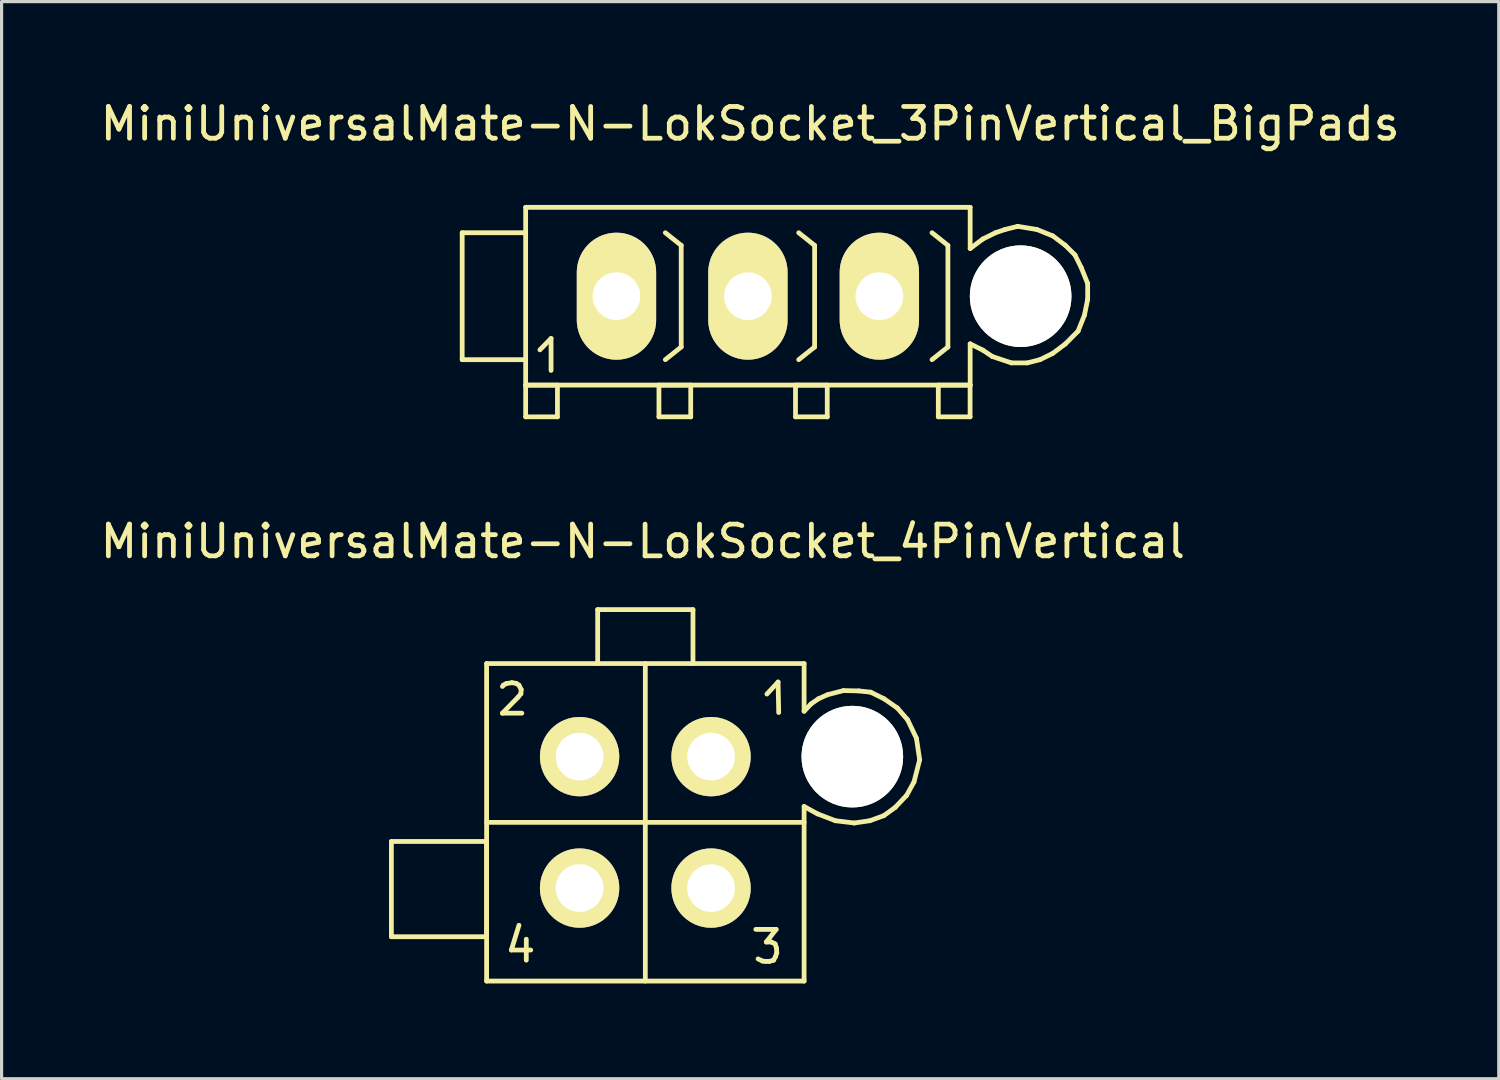
<source format=kicad_pcb>
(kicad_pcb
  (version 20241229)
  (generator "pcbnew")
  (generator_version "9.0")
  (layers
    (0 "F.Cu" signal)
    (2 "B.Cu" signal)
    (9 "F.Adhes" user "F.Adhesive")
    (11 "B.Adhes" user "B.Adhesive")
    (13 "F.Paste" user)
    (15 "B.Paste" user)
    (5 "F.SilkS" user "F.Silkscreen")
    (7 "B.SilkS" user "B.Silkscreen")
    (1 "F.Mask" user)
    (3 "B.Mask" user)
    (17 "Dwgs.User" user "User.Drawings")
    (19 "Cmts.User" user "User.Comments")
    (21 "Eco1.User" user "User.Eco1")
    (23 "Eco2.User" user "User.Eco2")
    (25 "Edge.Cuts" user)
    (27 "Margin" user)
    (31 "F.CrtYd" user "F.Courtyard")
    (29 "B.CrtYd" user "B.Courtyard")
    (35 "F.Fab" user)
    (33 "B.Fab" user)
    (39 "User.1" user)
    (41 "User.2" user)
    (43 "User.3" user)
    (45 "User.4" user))
  (footprint "MiniUniversalMate-N-LokSocket_3PinVertical_BigPads"
    (layer "F.Cu")
    (at 20.506 6.279)
    (property "Reference" "MiniUniversalMate-N-LokSocket_3PinVertical_BigPads" (at 0.071 -5.431 0) (layer "F.SilkS") (effects (font (size 1 1) (thickness 0.15))))
    (attr through_hole)
    (fp_line (start -8.999 -1.999) (end -8.999 1.999) (stroke (width 0.15) (type solid)) (layer "F.SilkS"))
    (fp_line (start -8.999 1.999) (end -7 1.999) (stroke (width 0.15) (type solid)) (layer "F.SilkS"))
    (fp_line (start -7 -2.799) (end -7 2.799) (stroke (width 0.15) (type solid)) (layer "F.SilkS"))
    (fp_line (start -7 -2.799) (end 7 -2.799) (stroke (width 0.15) (type solid)) (layer "F.SilkS"))
    (fp_line (start -7 -1.999) (end -8.999 -1.999) (stroke (width 0.15) (type solid)) (layer "F.SilkS"))
    (fp_line (start -7 2.799) (end 7 2.799) (stroke (width 0.15) (type solid)) (layer "F.SilkS"))
    (fp_line (start -7 2.802) (end -5.999 2.802) (stroke (width 0.15) (type solid)) (layer "F.SilkS"))
    (fp_line (start -7 3.8) (end -7 2.802) (stroke (width 0.15) (type solid)) (layer "F.SilkS"))
    (fp_line (start -6.551 1.689) (end -6.2 1.331) (stroke (width 0.15) (type solid)) (layer "F.SilkS"))
    (fp_line (start -6.2 1.331) (end -6.2 2.339) (stroke (width 0.15) (type solid)) (layer "F.SilkS"))
    (fp_line (start -5.999 2.802) (end -5.999 3.8) (stroke (width 0.15) (type solid)) (layer "F.SilkS"))
    (fp_line (start -5.999 3.8) (end -7 3.8) (stroke (width 0.15) (type solid)) (layer "F.SilkS"))
    (fp_line (start -2.802 2.802) (end -1.801 2.802) (stroke (width 0.15) (type solid)) (layer "F.SilkS"))
    (fp_line (start -2.802 3.8) (end -2.802 2.802) (stroke (width 0.15) (type solid)) (layer "F.SilkS"))
    (fp_line (start -2.101 -1.6) (end -2.601 -1.999) (stroke (width 0.15) (type solid)) (layer "F.SilkS"))
    (fp_line (start -2.101 -1.6) (end -2.101 1.6) (stroke (width 0.15) (type solid)) (layer "F.SilkS"))
    (fp_line (start -2.101 1.6) (end -2.601 1.999) (stroke (width 0.15) (type solid)) (layer "F.SilkS"))
    (fp_line (start -1.801 2.802) (end -1.801 3.8) (stroke (width 0.15) (type solid)) (layer "F.SilkS"))
    (fp_line (start -1.801 3.8) (end -2.802 3.8) (stroke (width 0.15) (type solid)) (layer "F.SilkS"))
    (fp_line (start 1.499 2.802) (end 2.499 2.802) (stroke (width 0.15) (type solid)) (layer "F.SilkS"))
    (fp_line (start 1.499 3.8) (end 1.499 2.802) (stroke (width 0.15) (type solid)) (layer "F.SilkS"))
    (fp_line (start 2.101 -1.6) (end 1.6 -1.999) (stroke (width 0.15) (type solid)) (layer "F.SilkS"))
    (fp_line (start 2.101 -1.6) (end 2.101 1.6) (stroke (width 0.15) (type solid)) (layer "F.SilkS"))
    (fp_line (start 2.101 1.6) (end 1.6 1.999) (stroke (width 0.15) (type solid)) (layer "F.SilkS"))
    (fp_line (start 2.499 2.802) (end 2.499 3.8) (stroke (width 0.15) (type solid)) (layer "F.SilkS"))
    (fp_line (start 2.499 3.8) (end 1.499 3.8) (stroke (width 0.15) (type solid)) (layer "F.SilkS"))
    (fp_line (start 5.997 2.802) (end 6.998 2.802) (stroke (width 0.15) (type solid)) (layer "F.SilkS"))
    (fp_line (start 5.997 3.8) (end 5.997 2.802) (stroke (width 0.15) (type solid)) (layer "F.SilkS"))
    (fp_line (start 6.299 -1.6) (end 5.799 -1.999) (stroke (width 0.15) (type solid)) (layer "F.SilkS"))
    (fp_line (start 6.299 -1.6) (end 6.299 1.6) (stroke (width 0.15) (type solid)) (layer "F.SilkS"))
    (fp_line (start 6.299 1.6) (end 5.799 1.999) (stroke (width 0.15) (type solid)) (layer "F.SilkS"))
    (fp_line (start 6.998 2.802) (end 6.998 3.8) (stroke (width 0.15) (type solid)) (layer "F.SilkS"))
    (fp_line (start 6.998 3.8) (end 5.997 3.8) (stroke (width 0.15) (type solid)) (layer "F.SilkS"))
    (fp_line (start 7 -2.799) (end 7 -1.501) (stroke (width 0.15) (type solid)) (layer "F.SilkS"))
    (fp_line (start 7 -1.501) (end 7.399 -1.801) (stroke (width 0.15) (type solid)) (layer "F.SilkS"))
    (fp_line (start 7 2.799) (end 7 1.501) (stroke (width 0.15) (type solid)) (layer "F.SilkS"))
    (fp_line (start 7.399 -1.801) (end 7.8 -1.999) (stroke (width 0.15) (type solid)) (layer "F.SilkS"))
    (fp_line (start 7.399 1.699) (end 7 1.501) (stroke (width 0.15) (type solid)) (layer "F.SilkS"))
    (fp_line (start 7.699 1.9) (end 7.399 1.699) (stroke (width 0.15) (type solid)) (layer "F.SilkS"))
    (fp_line (start 7.8 -1.999) (end 8.1 -2.101) (stroke (width 0.15) (type solid)) (layer "F.SilkS"))
    (fp_line (start 8.1 -2.101) (end 8.499 -2.2) (stroke (width 0.15) (type solid)) (layer "F.SilkS"))
    (fp_line (start 8.301 2.101) (end 7.699 1.9) (stroke (width 0.15) (type solid)) (layer "F.SilkS"))
    (fp_line (start 8.499 -2.2) (end 9.101 -2.101) (stroke (width 0.15) (type solid)) (layer "F.SilkS"))
    (fp_line (start 8.801 2.101) (end 8.301 2.101) (stroke (width 0.15) (type solid)) (layer "F.SilkS"))
    (fp_line (start 9.101 -2.101) (end 9.601 -1.9) (stroke (width 0.15) (type solid)) (layer "F.SilkS"))
    (fp_line (start 9.2 1.999) (end 8.801 2.101) (stroke (width 0.15) (type solid)) (layer "F.SilkS"))
    (fp_line (start 9.601 -1.9) (end 10 -1.6) (stroke (width 0.15) (type solid)) (layer "F.SilkS"))
    (fp_line (start 9.601 1.801) (end 9.2 1.999) (stroke (width 0.15) (type solid)) (layer "F.SilkS"))
    (fp_line (start 10 -1.6) (end 10.3 -1.3) (stroke (width 0.15) (type solid)) (layer "F.SilkS"))
    (fp_line (start 10 1.501) (end 9.601 1.801) (stroke (width 0.15) (type solid)) (layer "F.SilkS"))
    (fp_line (start 10.3 -1.3) (end 10.5 -0.899) (stroke (width 0.15) (type solid)) (layer "F.SilkS"))
    (fp_line (start 10.399 1.1) (end 10 1.501) (stroke (width 0.15) (type solid)) (layer "F.SilkS"))
    (fp_line (start 10.5 -0.899) (end 10.701 -0.399) (stroke (width 0.15) (type solid)) (layer "F.SilkS"))
    (fp_line (start 10.599 0.599) (end 10.399 1.1) (stroke (width 0.15) (type solid)) (layer "F.SilkS"))
    (fp_line (start 10.701 -0.399) (end 10.701 0.099) (stroke (width 0.15) (type solid)) (layer "F.SilkS"))
    (fp_line (start 10.701 0.099) (end 10.599 0.599) (stroke (width 0.15) (type solid)) (layer "F.SilkS"))
    (pad "" np_thru_hole circle (at 8.59 0) (size 3.2 3.2) (drill 3.2) (layers "*.Cu" "*.Mask" "F.SilkS"))
    (pad "1" thru_hole oval (at -4.14 0 90) (size 4 2.499) (drill 1.501) (layers "*.Cu" "*.Mask" "F.SilkS"))
    (pad "2" thru_hole oval (at 0 0 90) (size 4 2.499) (drill 1.501) (layers "*.Cu" "*.Mask" "F.SilkS"))
    (pad "3" thru_hole oval (at 4.14 0 90) (size 4 2.499) (drill 1.501) (layers "*.Cu" "*.Mask" "F.SilkS")))
  (footprint "MiniUniversalMate-N-LokSocket_4PinVertical"
    (layer "F.Cu")
    (at 17.275 22.851)
    (property "Reference" "MiniUniversalMate-N-LokSocket_4PinVertical" (at -0.079 -8.849 0) (layer "F.SilkS") (effects (font (size 1 1) (thickness 0.15))))
    (attr through_hole)
    (fp_line (start -7.998 0.602) (end -4.999 0.602) (stroke (width 0.15) (type solid)) (layer "F.SilkS"))
    (fp_line (start -7.998 3.602) (end -7.998 0.602) (stroke (width 0.15) (type solid)) (layer "F.SilkS"))
    (fp_line (start -4.999 -5.001) (end -4.999 4.999) (stroke (width 0.15) (type solid)) (layer "F.SilkS"))
    (fp_line (start -4.999 0) (end 5.001 0) (stroke (width 0.15) (type solid)) (layer "F.SilkS"))
    (fp_line (start -4.999 0.602) (end -4.999 3.602) (stroke (width 0.15) (type solid)) (layer "F.SilkS"))
    (fp_line (start -4.999 3.602) (end -7.998 3.602) (stroke (width 0.15) (type solid)) (layer "F.SilkS"))
    (fp_line (start -4.999 4.999) (end 5.001 4.999) (stroke (width 0.15) (type solid)) (layer "F.SilkS"))
    (fp_line (start -4.501 -4.28) (end -4.47 -4.321) (stroke (width 0.15) (type solid)) (layer "F.SilkS"))
    (fp_line (start -4.501 -3.439) (end -3.889 -3.439) (stroke (width 0.15) (type solid)) (layer "F.SilkS"))
    (fp_line (start -4.47 -4.321) (end -4.379 -4.371) (stroke (width 0.15) (type solid)) (layer "F.SilkS"))
    (fp_line (start -4.379 -4.371) (end -4.201 -4.399) (stroke (width 0.15) (type solid)) (layer "F.SilkS"))
    (fp_line (start -4.219 4.021) (end -3.609 4.021) (stroke (width 0.15) (type solid)) (layer "F.SilkS"))
    (fp_line (start -4.201 -4.399) (end -4.069 -4.379) (stroke (width 0.15) (type solid)) (layer "F.SilkS"))
    (fp_line (start -4.069 -4.379) (end -3.98 -4.321) (stroke (width 0.15) (type solid)) (layer "F.SilkS"))
    (fp_line (start -4.011 -3.94) (end -4.501 -3.439) (stroke (width 0.15) (type solid)) (layer "F.SilkS"))
    (fp_line (start -3.98 -4.321) (end -3.909 -4.181) (stroke (width 0.15) (type solid)) (layer "F.SilkS"))
    (fp_line (start -3.98 3.241) (end -4.219 4.021) (stroke (width 0.15) (type solid)) (layer "F.SilkS"))
    (fp_line (start -3.919 -4.051) (end -4.011 -3.94) (stroke (width 0.15) (type solid)) (layer "F.SilkS"))
    (fp_line (start -3.909 -4.181) (end -3.919 -4.051) (stroke (width 0.15) (type solid)) (layer "F.SilkS"))
    (fp_line (start -3.749 3.68) (end -3.749 4.341) (stroke (width 0.15) (type solid)) (layer "F.SilkS"))
    (fp_line (start -1.501 -6.701) (end -1.501 -5.001) (stroke (width 0.15) (type solid)) (layer "F.SilkS"))
    (fp_line (start 0 -5.001) (end 0 4.999) (stroke (width 0.15) (type solid)) (layer "F.SilkS"))
    (fp_line (start 1.501 -6.701) (end -1.501 -6.701) (stroke (width 0.15) (type solid)) (layer "F.SilkS"))
    (fp_line (start 1.501 -5.001) (end 1.501 -6.701) (stroke (width 0.15) (type solid)) (layer "F.SilkS"))
    (fp_line (start 3.48 3.371) (end 4.12 3.371) (stroke (width 0.15) (type solid)) (layer "F.SilkS"))
    (fp_line (start 3.691 4.369) (end 3.551 4.3) (stroke (width 0.15) (type solid)) (layer "F.SilkS"))
    (fp_line (start 3.79 4.379) (end 3.691 4.369) (stroke (width 0.15) (type solid)) (layer "F.SilkS"))
    (fp_line (start 3.81 3.769) (end 3.97 3.769) (stroke (width 0.15) (type solid)) (layer "F.SilkS"))
    (fp_line (start 3.83 -4.041) (end 4.181 -4.42) (stroke (width 0.15) (type solid)) (layer "F.SilkS"))
    (fp_line (start 3.909 4.379) (end 3.79 4.379) (stroke (width 0.15) (type solid)) (layer "F.SilkS"))
    (fp_line (start 3.97 3.769) (end 4.089 3.83) (stroke (width 0.15) (type solid)) (layer "F.SilkS"))
    (fp_line (start 4.041 4.341) (end 3.909 4.379) (stroke (width 0.15) (type solid)) (layer "F.SilkS"))
    (fp_line (start 4.089 3.83) (end 4.13 3.96) (stroke (width 0.15) (type solid)) (layer "F.SilkS"))
    (fp_line (start 4.1 4.229) (end 4.041 4.341) (stroke (width 0.15) (type solid)) (layer "F.SilkS"))
    (fp_line (start 4.12 3.371) (end 3.81 3.769) (stroke (width 0.15) (type solid)) (layer "F.SilkS"))
    (fp_line (start 4.13 3.96) (end 4.14 4.11) (stroke (width 0.15) (type solid)) (layer "F.SilkS"))
    (fp_line (start 4.14 4.11) (end 4.1 4.229) (stroke (width 0.15) (type solid)) (layer "F.SilkS"))
    (fp_line (start 4.181 -4.42) (end 4.201 -3.459) (stroke (width 0.15) (type solid)) (layer "F.SilkS"))
    (fp_line (start 5.001 -5.001) (end -4.999 -5.001) (stroke (width 0.15) (type solid)) (layer "F.SilkS"))
    (fp_line (start 5.001 -5.001) (end 5.001 -3.5) (stroke (width 0.15) (type solid)) (layer "F.SilkS"))
    (fp_line (start 5.001 -3.5) (end 5.22 -3.731) (stroke (width 0.15) (type solid)) (layer "F.SilkS"))
    (fp_line (start 5.001 4.999) (end 5.001 -0.5) (stroke (width 0.15) (type solid)) (layer "F.SilkS"))
    (fp_line (start 5.22 -3.731) (end 5.451 -3.891) (stroke (width 0.15) (type solid)) (layer "F.SilkS"))
    (fp_line (start 5.42 -0.269) (end 5.001 -0.5) (stroke (width 0.15) (type solid)) (layer "F.SilkS"))
    (fp_line (start 5.451 -3.891) (end 5.74 -4.021) (stroke (width 0.15) (type solid)) (layer "F.SilkS"))
    (fp_line (start 5.74 -4.021) (end 6.241 -4.15) (stroke (width 0.15) (type solid)) (layer "F.SilkS"))
    (fp_line (start 5.989 -0.051) (end 5.42 -0.269) (stroke (width 0.15) (type solid)) (layer "F.SilkS"))
    (fp_line (start 6.241 -4.15) (end 6.721 -4.14) (stroke (width 0.15) (type solid)) (layer "F.SilkS"))
    (fp_line (start 6.581 0.02) (end 5.989 -0.051) (stroke (width 0.15) (type solid)) (layer "F.SilkS"))
    (fp_line (start 6.721 -4.14) (end 7.099 -4.1) (stroke (width 0.15) (type solid)) (layer "F.SilkS"))
    (fp_line (start 7.071 -0.051) (end 6.581 0.02) (stroke (width 0.15) (type solid)) (layer "F.SilkS"))
    (fp_line (start 7.099 -4.1) (end 7.521 -3.891) (stroke (width 0.15) (type solid)) (layer "F.SilkS"))
    (fp_line (start 7.511 -0.211) (end 7.071 -0.051) (stroke (width 0.15) (type solid)) (layer "F.SilkS"))
    (fp_line (start 7.521 -3.891) (end 7.94 -3.599) (stroke (width 0.15) (type solid)) (layer "F.SilkS"))
    (fp_line (start 7.869 -0.47) (end 7.511 -0.211) (stroke (width 0.15) (type solid)) (layer "F.SilkS"))
    (fp_line (start 7.94 -3.599) (end 8.26 -3.231) (stroke (width 0.15) (type solid)) (layer "F.SilkS"))
    (fp_line (start 8.23 -0.851) (end 7.869 -0.47) (stroke (width 0.15) (type solid)) (layer "F.SilkS"))
    (fp_line (start 8.26 -3.231) (end 8.539 -2.649) (stroke (width 0.15) (type solid)) (layer "F.SilkS"))
    (fp_line (start 8.461 -1.27) (end 8.23 -0.851) (stroke (width 0.15) (type solid)) (layer "F.SilkS"))
    (fp_line (start 8.539 -2.649) (end 8.641 -1.971) (stroke (width 0.15) (type solid)) (layer "F.SilkS"))
    (fp_line (start 8.641 -1.971) (end 8.461 -1.27) (stroke (width 0.15) (type solid)) (layer "F.SilkS"))
    (pad "" np_thru_hole circle (at 6.52 -2.07 90) (size 3.2 3.2) (drill 3.2) (layers "*.Cu" "*.Mask" "F.SilkS"))
    (pad "1" thru_hole circle (at 2.07 -2.07 90) (size 2.499 2.499) (drill 1.501) (layers "*.Cu" "*.Mask" "F.SilkS"))
    (pad "2" thru_hole circle (at -2.07 -2.07 90) (size 2.499 2.499) (drill 1.501) (layers "*.Cu" "*.Mask" "F.SilkS"))
    (pad "3" thru_hole circle (at 2.07 2.07 90) (size 2.499 2.499) (drill 1.501) (layers "*.Cu" "*.Mask" "F.SilkS"))
    (pad "4" thru_hole circle (at -2.07 2.07 90) (size 2.499 2.499) (drill 1.501) (layers "*.Cu" "*.Mask" "F.SilkS")))
  (gr_rect
    (start -3 -3)
    (end 44.155 30.925)
    (stroke (width 0.1) (type default))
    (fill no)
    (layer "Edge.Cuts")))
</source>
